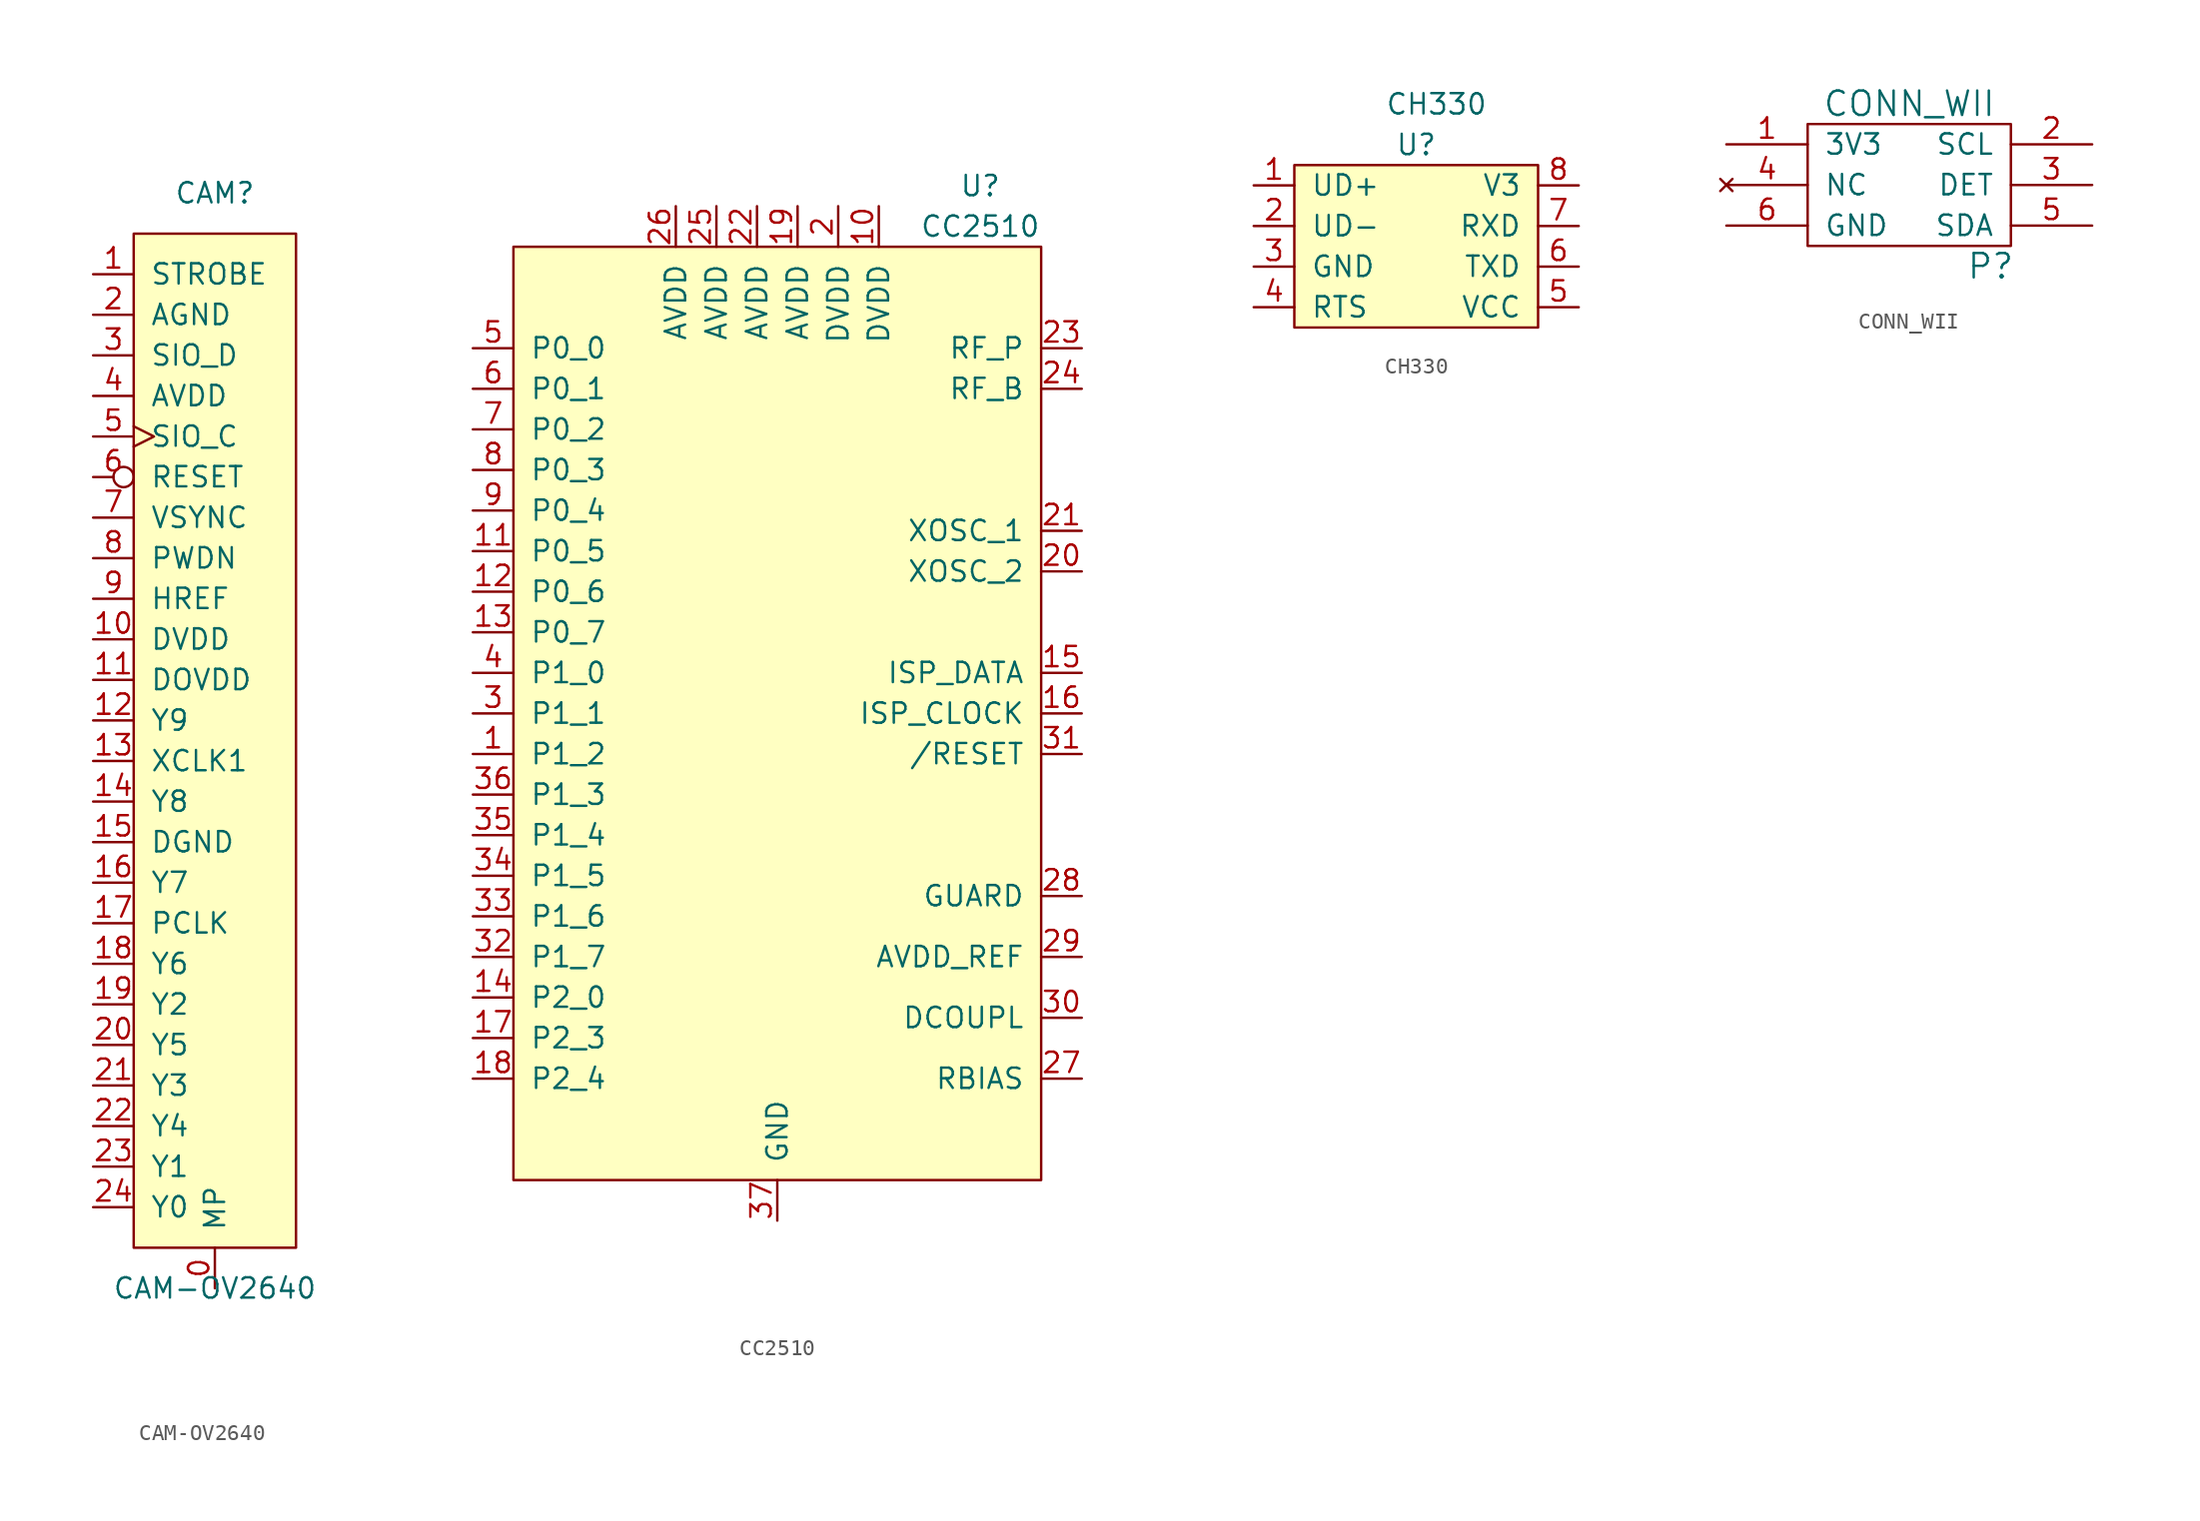
<source format=kicad_sym>
(kicad_symbol_lib
  (version 20211014)
  (generator kicad_symbol_editor)
  (symbol "CAM-OV2640"
    (pin_names
      (offset 1.016))
    (property "Reference" "CAM"
      (at 0 33.02 0)
      (effects (font (size 1.27 1.27))))
    (property "Value" "CAM-OV2640"
      (at 0 -35.56 0)
      (effects (font (size 1.27 1.27))))
    (symbol "CAM-OV2640_0_1"
      (rectangle (start -5.08 30.48) (end 5.08 -33.02) (stroke (width 0) (type default) (color 0 0 0 0)) (fill (type background)))
      (pin output line (at 0 -35.56 90) (length 2.54) (name "MP" (effects (font (size 1.27 1.27)))) (number "0" (effects (font (size 1.27 1.27)))))
      (pin output line (at -7.62 27.94 0) (length 2.54) (name "STROBE" (effects (font (size 1.27 1.27)))) (number "1" (effects (font (size 1.27 1.27)))))
      (pin power_in line (at -7.62 5.08 0) (length 2.54) (name "DVDD" (effects (font (size 1.27 1.27)))) (number "10" (effects (font (size 1.27 1.27)))))
      (pin power_in line (at -7.62 2.54 0) (length 2.54) (name "DOVDD" (effects (font (size 1.27 1.27)))) (number "11" (effects (font (size 1.27 1.27)))))
      (pin output line (at -7.62 0 0) (length 2.54) (name "Y9" (effects (font (size 1.27 1.27)))) (number "12" (effects (font (size 1.27 1.27)))))
      (pin bidirectional line (at -7.62 -2.54 0) (length 2.54) (name "XCLK1" (effects (font (size 1.27 1.27)))) (number "13" (effects (font (size 1.27 1.27)))))
      (pin output line (at -7.62 -5.08 0) (length 2.54) (name "Y8" (effects (font (size 1.27 1.27)))) (number "14" (effects (font (size 1.27 1.27)))))
      (pin power_in line (at -7.62 -7.62 0) (length 2.54) (name "DGND" (effects (font (size 1.27 1.27)))) (number "15" (effects (font (size 1.27 1.27)))))
      (pin output line (at -7.62 -10.16 0) (length 2.54) (name "Y7" (effects (font (size 1.27 1.27)))) (number "16" (effects (font (size 1.27 1.27)))))
      (pin bidirectional line (at -7.62 -12.7 0) (length 2.54) (name "PCLK" (effects (font (size 1.27 1.27)))) (number "17" (effects (font (size 1.27 1.27)))))
      (pin output line (at -7.62 -15.24 0) (length 2.54) (name "Y6" (effects (font (size 1.27 1.27)))) (number "18" (effects (font (size 1.27 1.27)))))
      (pin output line (at -7.62 -17.78 0) (length 2.54) (name "Y2" (effects (font (size 1.27 1.27)))) (number "19" (effects (font (size 1.27 1.27)))))
      (pin power_in line (at -7.62 25.4 0) (length 2.54) (name "AGND" (effects (font (size 1.27 1.27)))) (number "2" (effects (font (size 1.27 1.27)))))
      (pin output line (at -7.62 -20.32 0) (length 2.54) (name "Y5" (effects (font (size 1.27 1.27)))) (number "20" (effects (font (size 1.27 1.27)))))
      (pin output line (at -7.62 -22.86 0) (length 2.54) (name "Y3" (effects (font (size 1.27 1.27)))) (number "21" (effects (font (size 1.27 1.27)))))
      (pin output line (at -7.62 -25.4 0) (length 2.54) (name "Y4" (effects (font (size 1.27 1.27)))) (number "22" (effects (font (size 1.27 1.27)))))
      (pin output line (at -7.62 -27.94 0) (length 2.54) (name "Y1" (effects (font (size 1.27 1.27)))) (number "23" (effects (font (size 1.27 1.27)))))
      (pin output line (at -7.62 -30.48 0) (length 2.54) (name "Y0" (effects (font (size 1.27 1.27)))) (number "24" (effects (font (size 1.27 1.27)))))
      (pin bidirectional line (at -7.62 22.86 0) (length 2.54) (name "SIO_D" (effects (font (size 1.27 1.27)))) (number "3" (effects (font (size 1.27 1.27)))))
      (pin power_in line (at -7.62 20.32 0) (length 2.54) (name "AVDD" (effects (font (size 1.27 1.27)))) (number "4" (effects (font (size 1.27 1.27)))))
      (pin input clock (at -7.62 17.78 0) (length 2.54) (name "SIO_C" (effects (font (size 1.27 1.27)))) (number "5" (effects (font (size 1.27 1.27)))))
      (pin input inverted (at -7.62 15.24 0) (length 2.54) (name "RESET" (effects (font (size 1.27 1.27)))) (number "6" (effects (font (size 1.27 1.27)))))
      (pin bidirectional line (at -7.62 12.7 0) (length 2.54) (name "VSYNC" (effects (font (size 1.27 1.27)))) (number "7" (effects (font (size 1.27 1.27)))))
      (pin input line (at -7.62 10.16 0) (length 2.54) (name "PWDN" (effects (font (size 1.27 1.27)))) (number "8" (effects (font (size 1.27 1.27)))))
      (pin bidirectional line (at -7.62 7.62 0) (length 2.54) (name "HREF" (effects (font (size 1.27 1.27)))) (number "9" (effects (font (size 1.27 1.27)))))))
  (symbol "CC2510"
    (pin_names
      (offset 1.016))
    (property "Reference" "U"
      (at 12.7 33.02 0)
      (effects (font (size 1.27 1.27))))
    (property "Value" "CC2510"
      (at 12.7 30.48 0)
      (effects (font (size 1.27 1.27))))
    (symbol "CC2510_0_1"
      (rectangle (start -16.51 29.21) (end 16.51 -29.21) (stroke (width 0) (type default) (color 0 0 0 0)) (fill (type background))))
    (symbol "CC2510_1_1"
      (pin input line (at -19.05 -2.54 0) (length 2.54) (name "P1_2" (effects (font (size 1.27 1.27)))) (number "1" (effects (font (size 1.27 1.27)))))
      (pin input line (at 6.35 31.75 270) (length 2.54) (name "DVDD" (effects (font (size 1.27 1.27)))) (number "10" (effects (font (size 1.27 1.27)))))
      (pin input line (at -19.05 10.16 0) (length 2.54) (name "P0_5" (effects (font (size 1.27 1.27)))) (number "11" (effects (font (size 1.27 1.27)))))
      (pin input line (at -19.05 7.62 0) (length 2.54) (name "P0_6" (effects (font (size 1.27 1.27)))) (number "12" (effects (font (size 1.27 1.27)))))
      (pin input line (at -19.05 5.08 0) (length 2.54) (name "P0_7" (effects (font (size 1.27 1.27)))) (number "13" (effects (font (size 1.27 1.27)))))
      (pin input line (at -19.05 -17.78 0) (length 2.54) (name "P2_0" (effects (font (size 1.27 1.27)))) (number "14" (effects (font (size 1.27 1.27)))))
      (pin input line (at 19.05 2.54 180) (length 2.54) (name "ISP_DATA" (effects (font (size 1.27 1.27)))) (number "15" (effects (font (size 1.27 1.27)))))
      (pin input line (at 19.05 0 180) (length 2.54) (name "ISP_CLOCK" (effects (font (size 1.27 1.27)))) (number "16" (effects (font (size 1.27 1.27)))))
      (pin input line (at -19.05 -20.32 0) (length 2.54) (name "P2_3" (effects (font (size 1.27 1.27)))) (number "17" (effects (font (size 1.27 1.27)))))
      (pin input line (at -19.05 -22.86 0) (length 2.54) (name "P2_4" (effects (font (size 1.27 1.27)))) (number "18" (effects (font (size 1.27 1.27)))))
      (pin input line (at 1.27 31.75 270) (length 2.54) (name "AVDD" (effects (font (size 1.27 1.27)))) (number "19" (effects (font (size 1.27 1.27)))))
      (pin input line (at 3.81 31.75 270) (length 2.54) (name "DVDD" (effects (font (size 1.27 1.27)))) (number "2" (effects (font (size 1.27 1.27)))))
      (pin input line (at 19.05 8.89 180) (length 2.54) (name "XOSC_2" (effects (font (size 1.27 1.27)))) (number "20" (effects (font (size 1.27 1.27)))))
      (pin input line (at 19.05 11.43 180) (length 2.54) (name "XOSC_1" (effects (font (size 1.27 1.27)))) (number "21" (effects (font (size 1.27 1.27)))))
      (pin input line (at -1.27 31.75 270) (length 2.54) (name "AVDD" (effects (font (size 1.27 1.27)))) (number "22" (effects (font (size 1.27 1.27)))))
      (pin input line (at 19.05 22.86 180) (length 2.54) (name "RF_P" (effects (font (size 1.27 1.27)))) (number "23" (effects (font (size 1.27 1.27)))))
      (pin input line (at 19.05 20.32 180) (length 2.54) (name "RF_B" (effects (font (size 1.27 1.27)))) (number "24" (effects (font (size 1.27 1.27)))))
      (pin input line (at -3.81 31.75 270) (length 2.54) (name "AVDD" (effects (font (size 1.27 1.27)))) (number "25" (effects (font (size 1.27 1.27)))))
      (pin input line (at -6.35 31.75 270) (length 2.54) (name "AVDD" (effects (font (size 1.27 1.27)))) (number "26" (effects (font (size 1.27 1.27)))))
      (pin input line (at 19.05 -22.86 180) (length 2.54) (name "RBIAS" (effects (font (size 1.27 1.27)))) (number "27" (effects (font (size 1.27 1.27)))))
      (pin input line (at 19.05 -11.43 180) (length 2.54) (name "GUARD" (effects (font (size 1.27 1.27)))) (number "28" (effects (font (size 1.27 1.27)))))
      (pin input line (at 19.05 -15.24 180) (length 2.54) (name "AVDD_REF" (effects (font (size 1.27 1.27)))) (number "29" (effects (font (size 1.27 1.27)))))
      (pin input line (at -19.05 0 0) (length 2.54) (name "P1_1" (effects (font (size 1.27 1.27)))) (number "3" (effects (font (size 1.27 1.27)))))
      (pin input line (at 19.05 -19.05 180) (length 2.54) (name "DCOUPL" (effects (font (size 1.27 1.27)))) (number "30" (effects (font (size 1.27 1.27)))))
      (pin input line (at 19.05 -2.54 180) (length 2.54) (name "/RESET" (effects (font (size 1.27 1.27)))) (number "31" (effects (font (size 1.27 1.27)))))
      (pin input line (at -19.05 -15.24 0) (length 2.54) (name "P1_7" (effects (font (size 1.27 1.27)))) (number "32" (effects (font (size 1.27 1.27)))))
      (pin input line (at -19.05 -12.7 0) (length 2.54) (name "P1_6" (effects (font (size 1.27 1.27)))) (number "33" (effects (font (size 1.27 1.27)))))
      (pin input line (at -19.05 -10.16 0) (length 2.54) (name "P1_5" (effects (font (size 1.27 1.27)))) (number "34" (effects (font (size 1.27 1.27)))))
      (pin input line (at -19.05 -7.62 0) (length 2.54) (name "P1_4" (effects (font (size 1.27 1.27)))) (number "35" (effects (font (size 1.27 1.27)))))
      (pin input line (at -19.05 -5.08 0) (length 2.54) (name "P1_3" (effects (font (size 1.27 1.27)))) (number "36" (effects (font (size 1.27 1.27)))))
      (pin input line (at 0 -31.75 90) (length 2.54) (name "GND" (effects (font (size 1.27 1.27)))) (number "37" (effects (font (size 1.27 1.27)))))
      (pin input line (at -19.05 2.54 0) (length 2.54) (name "P1_0" (effects (font (size 1.27 1.27)))) (number "4" (effects (font (size 1.27 1.27)))))
      (pin input line (at -19.05 22.86 0) (length 2.54) (name "P0_0" (effects (font (size 1.27 1.27)))) (number "5" (effects (font (size 1.27 1.27)))))
      (pin input line (at -19.05 20.32 0) (length 2.54) (name "P0_1" (effects (font (size 1.27 1.27)))) (number "6" (effects (font (size 1.27 1.27)))))
      (pin input line (at -19.05 17.78 0) (length 2.54) (name "P0_2" (effects (font (size 1.27 1.27)))) (number "7" (effects (font (size 1.27 1.27)))))
      (pin input line (at -19.05 15.24 0) (length 2.54) (name "P0_3" (effects (font (size 1.27 1.27)))) (number "8" (effects (font (size 1.27 1.27)))))
      (pin input line (at -19.05 12.7 0) (length 2.54) (name "P0_4" (effects (font (size 1.27 1.27)))) (number "9" (effects (font (size 1.27 1.27)))))))
  (symbol "CH330"
    (pin_names
      (offset 1.016))
    (property "Reference" "U"
      (at 0 6.35 0)
      (effects (font (size 1.27 1.27))))
    (property "Value" "CH330"
      (at 1.27 8.89 0)
      (effects (font (size 1.27 1.27))))
    (symbol "CH330_0_1"
      (rectangle (start -7.62 5.08) (end 7.62 -5.08) (stroke (width 0) (type default) (color 0 0 0 0)) (fill (type background))))
    (symbol "CH330_1_1"
      (pin bidirectional line (at -10.16 3.81 0) (length 2.54) (name "UD+" (effects (font (size 1.27 1.27)))) (number "1" (effects (font (size 1.27 1.27)))))
      (pin bidirectional line (at -10.16 1.27 0) (length 2.54) (name "UD-" (effects (font (size 1.27 1.27)))) (number "2" (effects (font (size 1.27 1.27)))))
      (pin power_in line (at -10.16 -1.27 0) (length 2.54) (name "GND" (effects (font (size 1.27 1.27)))) (number "3" (effects (font (size 1.27 1.27)))))
      (pin output line (at -10.16 -3.81 0) (length 2.54) (name "RTS" (effects (font (size 1.27 1.27)))) (number "4" (effects (font (size 1.27 1.27)))))
      (pin power_in line (at 10.16 -3.81 180) (length 2.54) (name "VCC" (effects (font (size 1.27 1.27)))) (number "5" (effects (font (size 1.27 1.27)))))
      (pin output line (at 10.16 -1.27 180) (length 2.54) (name "TXD" (effects (font (size 1.27 1.27)))) (number "6" (effects (font (size 1.27 1.27)))))
      (pin input line (at 10.16 1.27 180) (length 2.54) (name "RXD" (effects (font (size 1.27 1.27)))) (number "7" (effects (font (size 1.27 1.27)))))
      (pin power_out line (at 10.16 3.81 180) (length 2.54) (name "V3" (effects (font (size 1.27 1.27)))) (number "8" (effects (font (size 1.27 1.27)))))))
  (symbol "CONN_WII"
    (pin_names
      (offset 1.016))
    (property "Reference" "P"
      (at 5.08 -5.08 0)
      (effects (font (size 1.524 1.524))))
    (property "Value" "CONN_WII"
      (at 0 5.08 0)
      (effects (font (size 1.524 1.524))))
    (property "Footprint" ""
      (at -6.35 0 0)
      (effects (font (size 1.524 1.524))))
    (property "Datasheet" ""
      (at -6.35 0 0)
      (effects (font (size 1.524 1.524))))
    (symbol "CONN_WII_0_1"
      (rectangle (start -6.35 3.81) (end 6.35 -3.81) (stroke (width 0) (type default) (color 0 0 0 0)) (fill (type none))))
    (symbol "CONN_WII_1_1"
      (pin power_in line (at -11.43 2.54 0) (length 5.08) (name "3V3" (effects (font (size 1.27 1.27)))) (number "1" (effects (font (size 1.27 1.27)))))
      (pin bidirectional line (at 11.43 2.54 180) (length 5.08) (name "SCL" (effects (font (size 1.27 1.27)))) (number "2" (effects (font (size 1.27 1.27)))))
      (pin bidirectional line (at 11.43 0 180) (length 5.08) (name "DET" (effects (font (size 1.27 1.27)))) (number "3" (effects (font (size 1.27 1.27)))))
      (pin no_connect line (at -11.43 0 0) (length 5.08) (name "NC" (effects (font (size 1.27 1.27)))) (number "4" (effects (font (size 1.27 1.27)))))
      (pin bidirectional line (at 11.43 -2.54 180) (length 5.08) (name "SDA" (effects (font (size 1.27 1.27)))) (number "5" (effects (font (size 1.27 1.27)))))
      (pin power_in line (at -11.43 -2.54 0) (length 5.08) (name "GND" (effects (font (size 1.27 1.27)))) (number "6" (effects (font (size 1.27 1.27))))))))
</source>
